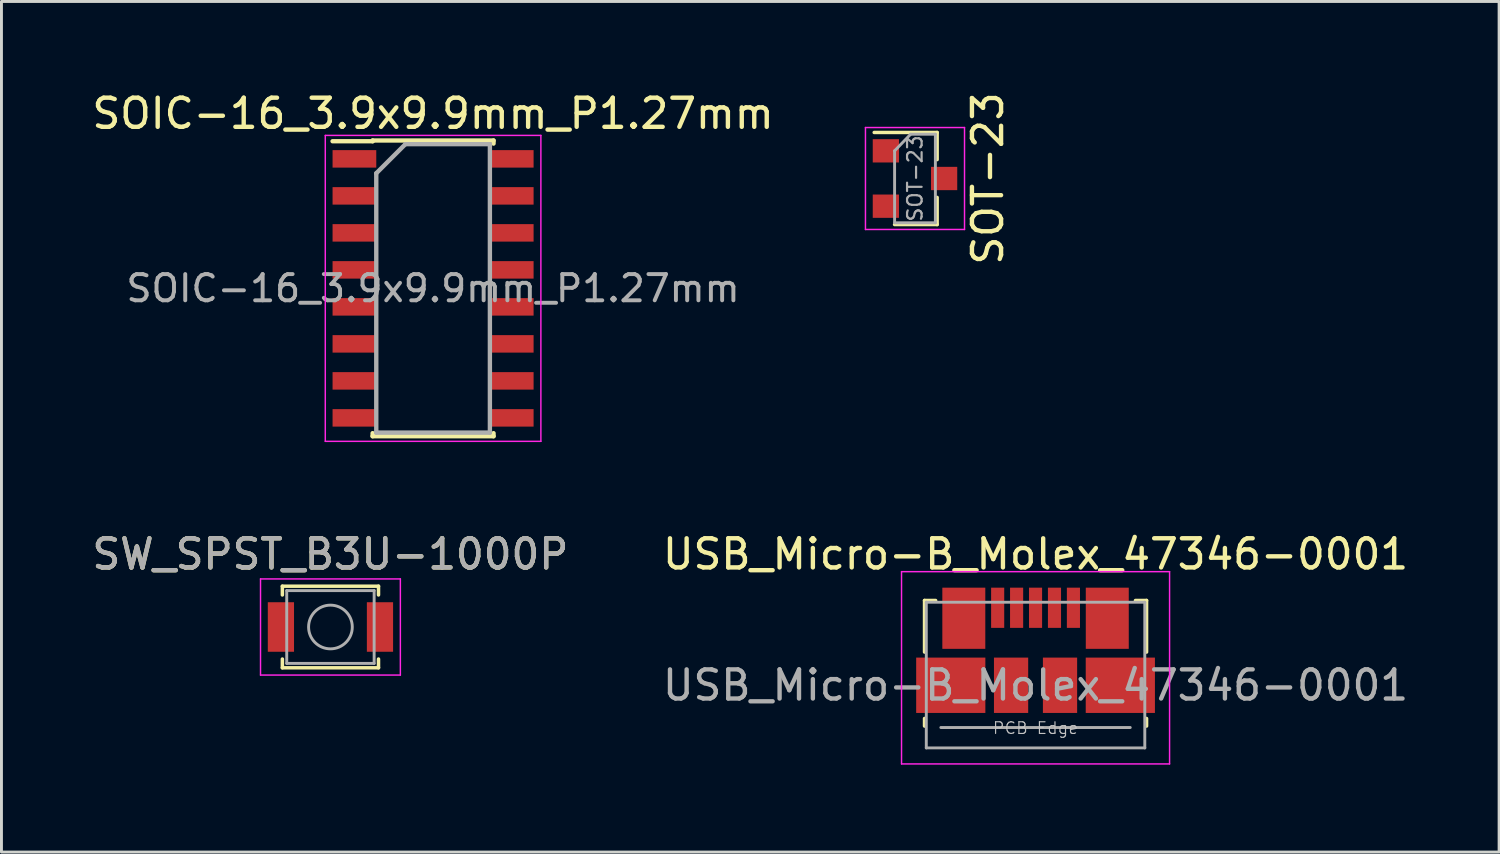
<source format=kicad_pcb>
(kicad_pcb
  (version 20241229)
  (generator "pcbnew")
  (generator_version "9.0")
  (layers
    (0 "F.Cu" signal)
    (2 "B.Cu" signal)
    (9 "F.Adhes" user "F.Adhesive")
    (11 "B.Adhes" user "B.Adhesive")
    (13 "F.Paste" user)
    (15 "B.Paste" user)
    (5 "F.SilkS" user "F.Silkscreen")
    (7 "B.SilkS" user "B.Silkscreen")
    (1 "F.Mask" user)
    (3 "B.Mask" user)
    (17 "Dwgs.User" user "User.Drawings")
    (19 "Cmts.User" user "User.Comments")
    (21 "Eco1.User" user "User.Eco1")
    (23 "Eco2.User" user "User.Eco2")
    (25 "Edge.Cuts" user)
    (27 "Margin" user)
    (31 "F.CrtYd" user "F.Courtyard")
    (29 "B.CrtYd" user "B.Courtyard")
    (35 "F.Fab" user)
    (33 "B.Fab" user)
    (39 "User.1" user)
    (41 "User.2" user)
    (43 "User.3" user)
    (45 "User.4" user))
  (footprint "SOT-23"
    (layer "F.Cu")
    (at 28.356 3.077)
    (property "Reference" "SOT-23" (at 2.5 0 90) (layer "F.SilkS") (effects (font (size 1 1) (thickness 0.15))))
    (attr smd)
    (fp_line (start 0.76 -1.58) (end -1.4 -1.58) (stroke (width 0.12) (type solid)) (layer "F.SilkS"))
    (fp_line (start 0.76 -1.58) (end 0.76 -0.65) (stroke (width 0.12) (type solid)) (layer "F.SilkS"))
    (fp_line (start 0.76 1.58) (end -0.7 1.58) (stroke (width 0.12) (type solid)) (layer "F.SilkS"))
    (fp_line (start 0.76 1.58) (end 0.76 0.65) (stroke (width 0.12) (type solid)) (layer "F.SilkS"))
    (fp_line (start -1.7 -1.75) (end 1.7 -1.75) (stroke (width 0.05) (type solid)) (layer "F.CrtYd"))
    (fp_line (start -1.7 1.75) (end -1.7 -1.75) (stroke (width 0.05) (type solid)) (layer "F.CrtYd"))
    (fp_line (start 1.7 -1.75) (end 1.7 1.75) (stroke (width 0.05) (type solid)) (layer "F.CrtYd"))
    (fp_line (start 1.7 1.75) (end -1.7 1.75) (stroke (width 0.05) (type solid)) (layer "F.CrtYd"))
    (fp_line (start -0.7 -0.95) (end -0.7 1.5) (stroke (width 0.1) (type solid)) (layer "F.Fab"))
    (fp_line (start -0.7 -0.95) (end -0.15 -1.52) (stroke (width 0.1) (type solid)) (layer "F.Fab"))
    (fp_line (start -0.7 1.52) (end 0.7 1.52) (stroke (width 0.1) (type solid)) (layer "F.Fab"))
    (fp_line (start -0.15 -1.52) (end 0.7 -1.52) (stroke (width 0.1) (type solid)) (layer "F.Fab"))
    (fp_line (start 0.7 -1.52) (end 0.7 1.52) (stroke (width 0.1) (type solid)) (layer "F.Fab"))
    (fp_text user "${REFERENCE}" (at 0 0 90) (layer "F.Fab") (effects (font (size 0.5 0.5) (thickness 0.075))))
    (pad "1" smd rect (at -1 -0.95) (size 0.9 0.8) (layers "F.Cu" "F.Mask" "F.Paste"))
    (pad "2" smd rect (at -1 0.95) (size 0.9 0.8) (layers "F.Cu" "F.Mask" "F.Paste"))
    (pad "3" smd rect (at 1 0) (size 0.9 0.8) (layers "F.Cu" "F.Mask" "F.Paste")))
  (footprint "SOIC-16_3.9x9.9mm_P1.27mm"
    (layer "F.Cu")
    (at 11.815 6.848)
    (property "Reference" "SOIC-16_3.9x9.9mm_P1.27mm" (at 0 -6 0) (layer "F.SilkS") (effects (font (size 1 1) (thickness 0.15))))
    (attr smd)
    (fp_line (start -2.075 -5.075) (end -2.075 -5.05) (stroke (width 0.15) (type solid)) (layer "F.SilkS"))
    (fp_line (start -2.075 -5.075) (end 2.075 -5.075) (stroke (width 0.15) (type solid)) (layer "F.SilkS"))
    (fp_line (start -2.075 -5.05) (end -3.45 -5.05) (stroke (width 0.15) (type solid)) (layer "F.SilkS"))
    (fp_line (start -2.075 5.075) (end -2.075 4.97) (stroke (width 0.15) (type solid)) (layer "F.SilkS"))
    (fp_line (start -2.075 5.075) (end 2.075 5.075) (stroke (width 0.15) (type solid)) (layer "F.SilkS"))
    (fp_line (start 2.075 -5.075) (end 2.075 -4.97) (stroke (width 0.15) (type solid)) (layer "F.SilkS"))
    (fp_line (start 2.075 5.075) (end 2.075 4.97) (stroke (width 0.15) (type solid)) (layer "F.SilkS"))
    (fp_line (start -3.7 -5.25) (end -3.7 5.25) (stroke (width 0.05) (type solid)) (layer "F.CrtYd"))
    (fp_line (start -3.7 -5.25) (end 3.7 -5.25) (stroke (width 0.05) (type solid)) (layer "F.CrtYd"))
    (fp_line (start -3.7 5.25) (end 3.7 5.25) (stroke (width 0.05) (type solid)) (layer "F.CrtYd"))
    (fp_line (start 3.7 -5.25) (end 3.7 5.25) (stroke (width 0.05) (type solid)) (layer "F.CrtYd"))
    (fp_line (start -1.95 -3.95) (end -0.95 -4.95) (stroke (width 0.15) (type solid)) (layer "F.Fab"))
    (fp_line (start -1.95 4.95) (end -1.95 -3.95) (stroke (width 0.15) (type solid)) (layer "F.Fab"))
    (fp_line (start -0.95 -4.95) (end 1.95 -4.95) (stroke (width 0.15) (type solid)) (layer "F.Fab"))
    (fp_line (start 1.95 -4.95) (end 1.95 4.95) (stroke (width 0.15) (type solid)) (layer "F.Fab"))
    (fp_line (start 1.95 4.95) (end -1.95 4.95) (stroke (width 0.15) (type solid)) (layer "F.Fab"))
    (fp_text user "${REFERENCE}" (at 0 0 0) (layer "F.Fab") (effects (font (size 0.9 0.9) (thickness 0.135))))
    (pad "1" smd rect (at -2.7 -4.445) (size 1.5 0.6) (layers "F.Cu" "F.Mask" "F.Paste"))
    (pad "2" smd rect (at -2.7 -3.175) (size 1.5 0.6) (layers "F.Cu" "F.Mask" "F.Paste"))
    (pad "3" smd rect (at -2.7 -1.905) (size 1.5 0.6) (layers "F.Cu" "F.Mask" "F.Paste"))
    (pad "4" smd rect (at -2.7 -0.635) (size 1.5 0.6) (layers "F.Cu" "F.Mask" "F.Paste"))
    (pad "5" smd rect (at -2.7 0.635) (size 1.5 0.6) (layers "F.Cu" "F.Mask" "F.Paste"))
    (pad "6" smd rect (at -2.7 1.905) (size 1.5 0.6) (layers "F.Cu" "F.Mask" "F.Paste"))
    (pad "7" smd rect (at -2.7 3.175) (size 1.5 0.6) (layers "F.Cu" "F.Mask" "F.Paste"))
    (pad "8" smd rect (at -2.7 4.445) (size 1.5 0.6) (layers "F.Cu" "F.Mask" "F.Paste"))
    (pad "9" smd rect (at 2.7 4.445) (size 1.5 0.6) (layers "F.Cu" "F.Mask" "F.Paste"))
    (pad "10" smd rect (at 2.7 3.175) (size 1.5 0.6) (layers "F.Cu" "F.Mask" "F.Paste"))
    (pad "11" smd rect (at 2.7 1.905) (size 1.5 0.6) (layers "F.Cu" "F.Mask" "F.Paste"))
    (pad "12" smd rect (at 2.7 0.635) (size 1.5 0.6) (layers "F.Cu" "F.Mask" "F.Paste"))
    (pad "13" smd rect (at 2.7 -0.635) (size 1.5 0.6) (layers "F.Cu" "F.Mask" "F.Paste"))
    (pad "14" smd rect (at 2.7 -1.905) (size 1.5 0.6) (layers "F.Cu" "F.Mask" "F.Paste"))
    (pad "15" smd rect (at 2.7 -3.175) (size 1.5 0.6) (layers "F.Cu" "F.Mask" "F.Paste"))
    (pad "16" smd rect (at 2.7 -4.445) (size 1.5 0.6) (layers "F.Cu" "F.Mask" "F.Paste")))
  (footprint "USB_Micro-B_Molex_47346-0001"
    (layer "F.Cu")
    (at 32.494 19.271)
    (property "Reference" "USB_Micro-B_Molex_47346-0001" (at 0 -3.3 180) (layer "F.SilkS") (effects (font (size 1 1) (thickness 0.15))))
    (attr smd)
    (fp_line (start -3.81 -1.71) (end -3.43 -1.71) (stroke (width 0.12) (type solid)) (layer "F.SilkS"))
    (fp_line (start -3.81 0.06) (end -3.81 -1.71) (stroke (width 0.12) (type solid)) (layer "F.SilkS"))
    (fp_line (start -3.81 2.6) (end -3.81 2.34) (stroke (width 0.12) (type solid)) (layer "F.SilkS"))
    (fp_line (start 3.81 -1.71) (end 3.43 -1.71) (stroke (width 0.12) (type solid)) (layer "F.SilkS"))
    (fp_line (start 3.81 -1.71) (end 3.81 0.06) (stroke (width 0.12) (type solid)) (layer "F.SilkS"))
    (fp_line (start 3.81 2.34) (end 3.81 2.6) (stroke (width 0.12) (type solid)) (layer "F.SilkS"))
    (fp_line (start -4.6 -2.7) (end 4.6 -2.7) (stroke (width 0.05) (type solid)) (layer "F.CrtYd"))
    (fp_line (start -4.6 3.9) (end -4.6 -2.7) (stroke (width 0.05) (type solid)) (layer "F.CrtYd"))
    (fp_line (start 4.6 -2.7) (end 4.6 3.9) (stroke (width 0.05) (type solid)) (layer "F.CrtYd"))
    (fp_line (start 4.6 3.9) (end -4.6 3.9) (stroke (width 0.05) (type solid)) (layer "F.CrtYd"))
    (fp_line (start -3.75 -1.65) (end 3.75 -1.65) (stroke (width 0.1) (type solid)) (layer "F.Fab"))
    (fp_line (start -3.75 3.35) (end -3.75 -1.65) (stroke (width 0.1) (type solid)) (layer "F.Fab"))
    (fp_line (start -3.25 2.65) (end 3.25 2.65) (stroke (width 0.1) (type solid)) (layer "F.Fab"))
    (fp_line (start 3.75 -1.65) (end 3.75 3.35) (stroke (width 0.1) (type solid)) (layer "F.Fab"))
    (fp_line (start 3.75 3.35) (end -3.75 3.35) (stroke (width 0.1) (type solid)) (layer "F.Fab"))
    (fp_text user "PCB Edge" (at 0 2.67 180) (layer "Dwgs.User") (effects (font (size 0.4 0.4) (thickness 0.04))))
    (fp_text user "${REFERENCE}" (at 0 1.2 0) (layer "F.Fab") (effects (font (size 1 1) (thickness 0.15))))
    (pad "1" smd rect (at -1.3 -1.46) (size 0.45 1.38) (layers "F.Cu" "F.Mask" "F.Paste"))
    (pad "2" smd rect (at -0.65 -1.46) (size 0.45 1.38) (layers "F.Cu" "F.Mask" "F.Paste"))
    (pad "3" smd rect (at 0 -1.46) (size 0.45 1.38) (layers "F.Cu" "F.Mask" "F.Paste"))
    (pad "4" smd rect (at 0.65 -1.46) (size 0.45 1.38) (layers "F.Cu" "F.Mask" "F.Paste"))
    (pad "5" smd rect (at 1.3 -1.46) (size 0.45 1.38) (layers "F.Cu" "F.Mask" "F.Paste"))
    (pad "6" smd rect (at -2.91 1.2) (size 2.375 1.9) (layers "F.Cu" "F.Mask" "F.Paste"))
    (pad "6" smd rect (at -2.462 -1.1) (size 1.475 2.1) (layers "F.Cu" "F.Mask" "F.Paste"))
    (pad "6" smd rect (at -0.84 1.2) (size 1.175 1.9) (layers "F.Cu" "F.Mask" "F.Paste"))
    (pad "6" smd rect (at 0.84 1.2) (size 1.175 1.9) (layers "F.Cu" "F.Mask" "F.Paste"))
    (pad "6" smd rect (at 2.462 -1.1) (size 1.475 2.1) (layers "F.Cu" "F.Mask" "F.Paste"))
    (pad "6" smd rect (at 2.91 1.2) (size 2.375 1.9) (layers "F.Cu" "F.Mask" "F.Paste")))
  (footprint "SW_SPST_B3U-1000P"
    (layer "F.Cu")
    (at 8.292 18.471)
    (property "Reference" "SW_SPST_B3U-1000P" (at 0 -2.5 0) (layer "F.SilkS") (effects (font (size 1 1) (thickness 0.15))))
    (attr smd)
    (fp_line (start -1.65 -1.4) (end 1.65 -1.4) (stroke (width 0.12) (type solid)) (layer "F.SilkS"))
    (fp_line (start -1.65 -1.1) (end -1.65 -1.4) (stroke (width 0.12) (type solid)) (layer "F.SilkS"))
    (fp_line (start -1.65 1.1) (end -1.65 1.4) (stroke (width 0.12) (type solid)) (layer "F.SilkS"))
    (fp_line (start -1.65 1.4) (end 1.65 1.4) (stroke (width 0.12) (type solid)) (layer "F.SilkS"))
    (fp_line (start 1.65 -1.4) (end 1.65 -1.1) (stroke (width 0.12) (type solid)) (layer "F.SilkS"))
    (fp_line (start 1.65 1.4) (end 1.65 1.1) (stroke (width 0.12) (type solid)) (layer "F.SilkS"))
    (fp_line (start -2.4 -1.65) (end -2.4 1.65) (stroke (width 0.05) (type solid)) (layer "F.CrtYd"))
    (fp_line (start -2.4 1.65) (end 2.4 1.65) (stroke (width 0.05) (type solid)) (layer "F.CrtYd"))
    (fp_line (start 2.4 -1.65) (end -2.4 -1.65) (stroke (width 0.05) (type solid)) (layer "F.CrtYd"))
    (fp_line (start 2.4 1.65) (end 2.4 -1.65) (stroke (width 0.05) (type solid)) (layer "F.CrtYd"))
    (fp_line (start -1.5 -1.25) (end 1.5 -1.25) (stroke (width 0.1) (type solid)) (layer "F.Fab"))
    (fp_line (start -1.5 1.25) (end -1.5 -1.25) (stroke (width 0.1) (type solid)) (layer "F.Fab"))
    (fp_line (start 1.5 -1.25) (end 1.5 1.25) (stroke (width 0.1) (type solid)) (layer "F.Fab"))
    (fp_line (start 1.5 1.25) (end -1.5 1.25) (stroke (width 0.1) (type solid)) (layer "F.Fab"))
    (fp_circle (center 0 0) (end 0.75 0) (stroke (width 0.1) (type solid)) (fill no) (layer "F.Fab"))
    (fp_text user "${REFERENCE}" (at 0 -2.5 0) (layer "F.Fab") (effects (font (size 1 1) (thickness 0.15))))
    (pad "1" smd rect (at -1.7 0) (size 0.9 1.7) (layers "F.Cu" "F.Mask" "F.Paste"))
    (pad "2" smd rect (at 1.7 0) (size 0.9 1.7) (layers "F.Cu" "F.Mask" "F.Paste")))
  (gr_rect
    (start -3 -3)
    (end 48.405 26.197)
    (stroke (width 0.1) (type default))
    (fill no)
    (layer "Edge.Cuts")))
</source>
